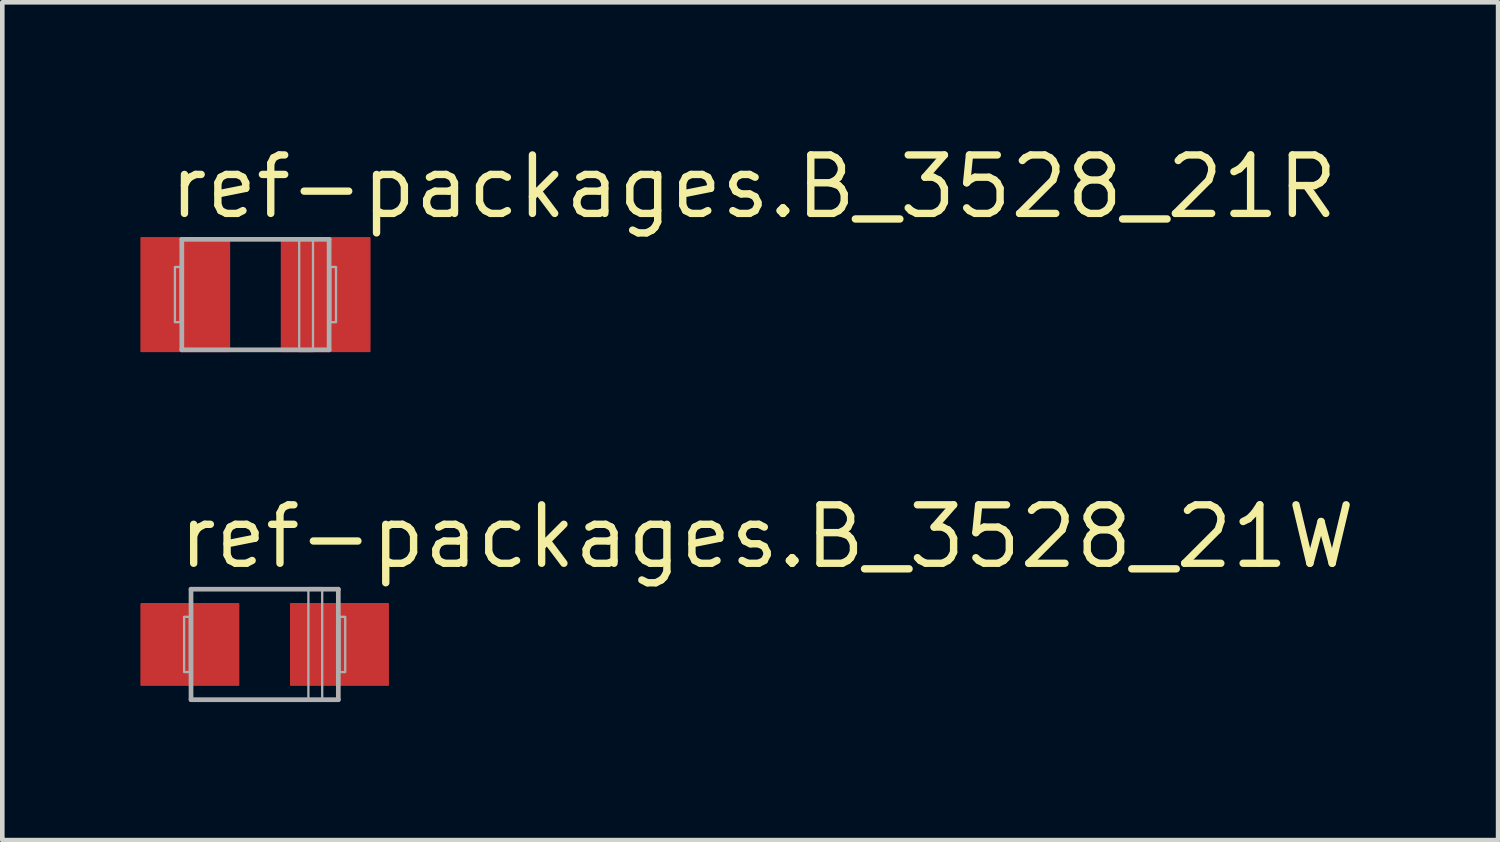
<source format=kicad_pcb>
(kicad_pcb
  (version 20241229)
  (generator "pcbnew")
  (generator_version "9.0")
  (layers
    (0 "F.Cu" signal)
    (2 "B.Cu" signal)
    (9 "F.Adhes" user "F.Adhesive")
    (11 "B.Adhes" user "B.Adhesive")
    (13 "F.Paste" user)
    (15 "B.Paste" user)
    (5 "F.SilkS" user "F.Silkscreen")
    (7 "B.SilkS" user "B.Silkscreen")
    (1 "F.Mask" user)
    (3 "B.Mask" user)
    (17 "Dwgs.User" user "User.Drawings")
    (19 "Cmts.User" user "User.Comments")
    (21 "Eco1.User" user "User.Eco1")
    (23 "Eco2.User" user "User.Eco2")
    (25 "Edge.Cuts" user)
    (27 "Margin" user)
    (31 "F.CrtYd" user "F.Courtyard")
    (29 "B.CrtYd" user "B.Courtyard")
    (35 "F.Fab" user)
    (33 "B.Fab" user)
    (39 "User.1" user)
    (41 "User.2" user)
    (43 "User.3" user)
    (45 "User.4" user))
  (footprint "ref-packages.B_3528_21W"
    (layer "F.Cu")
    (at 2.7 10.951)
    (property "Reference" "ref-packages.B_3528_21W" (at -1.95 -1.6 0) (layer "F.SilkS") (effects (font (size 1.27 1.27) (thickness 0.16)) (justify left bottom)))
    (attr smd)
    (fp_line (start -1.6 -1.2) (end 1.6 -1.2) (stroke (width 0.102) (type default)) (layer "F.Fab"))
    (fp_line (start -1.6 1.2) (end -1.6 -1.2) (stroke (width 0.102) (type default)) (layer "F.Fab"))
    (fp_line (start 1.6 -1.2) (end 1.6 1.2) (stroke (width 0.102) (type default)) (layer "F.Fab"))
    (fp_line (start 1.6 1.2) (end -1.6 1.2) (stroke (width 0.102) (type default)) (layer "F.Fab"))
    (fp_rect (start -1.75 0.6) (end -1.625 -0.6) (stroke (width 0.05) (type default)) (fill no) (layer "F.Fab"))
    (fp_rect (start 0.95 1.225) (end 1.25 -1.225) (stroke (width 0.05) (type default)) (fill no) (layer "F.Fab"))
    (fp_rect (start 1.625 0.6) (end 1.75 -0.6) (stroke (width 0.05) (type default)) (fill no) (layer "F.Fab"))
    (pad "+" smd roundrect (at 1.625 0) (size 2.15 1.8) (layers "F.Cu" "F.Mask" "F.Paste") (roundrect_rratio 0.01))
    (pad "-" smd roundrect (at -1.625 0) (size 2.15 1.8) (layers "F.Cu" "F.Mask" "F.Paste") (roundrect_rratio 0.01)))
  (footprint "ref-packages.B_3528_21R"
    (layer "F.Cu")
    (at 2.5 3.35)
    (property "Reference" "ref-packages.B_3528_21R" (at -1.95 -1.6 0) (layer "F.SilkS") (effects (font (size 1.27 1.27) (thickness 0.16)) (justify left bottom)))
    (attr smd)
    (fp_line (start -1.6 -1.2) (end 1.6 -1.2) (stroke (width 0.102) (type default)) (layer "F.Fab"))
    (fp_line (start -1.6 1.2) (end -1.6 -1.2) (stroke (width 0.102) (type default)) (layer "F.Fab"))
    (fp_line (start 1.6 -1.2) (end 1.6 1.2) (stroke (width 0.102) (type default)) (layer "F.Fab"))
    (fp_line (start 1.6 1.2) (end -1.6 1.2) (stroke (width 0.102) (type default)) (layer "F.Fab"))
    (fp_rect (start -1.75 0.6) (end -1.625 -0.6) (stroke (width 0.05) (type default)) (fill no) (layer "F.Fab"))
    (fp_rect (start 0.95 1.225) (end 1.25 -1.225) (stroke (width 0.05) (type default)) (fill no) (layer "F.Fab"))
    (fp_rect (start 1.625 0.6) (end 1.75 -0.6) (stroke (width 0.05) (type default)) (fill no) (layer "F.Fab"))
    (pad "+" smd roundrect (at 1.525 0) (size 1.95 2.5) (layers "F.Cu" "F.Mask" "F.Paste") (roundrect_rratio 0.01))
    (pad "-" smd roundrect (at -1.525 0) (size 1.95 2.5) (layers "F.Cu" "F.Mask" "F.Paste") (roundrect_rratio 0.01)))
  (gr_rect
    (start -3 -3)
    (end 29.497 15.202)
    (stroke (width 0.1) (type default))
    (fill no)
    (layer "Edge.Cuts")))
</source>
